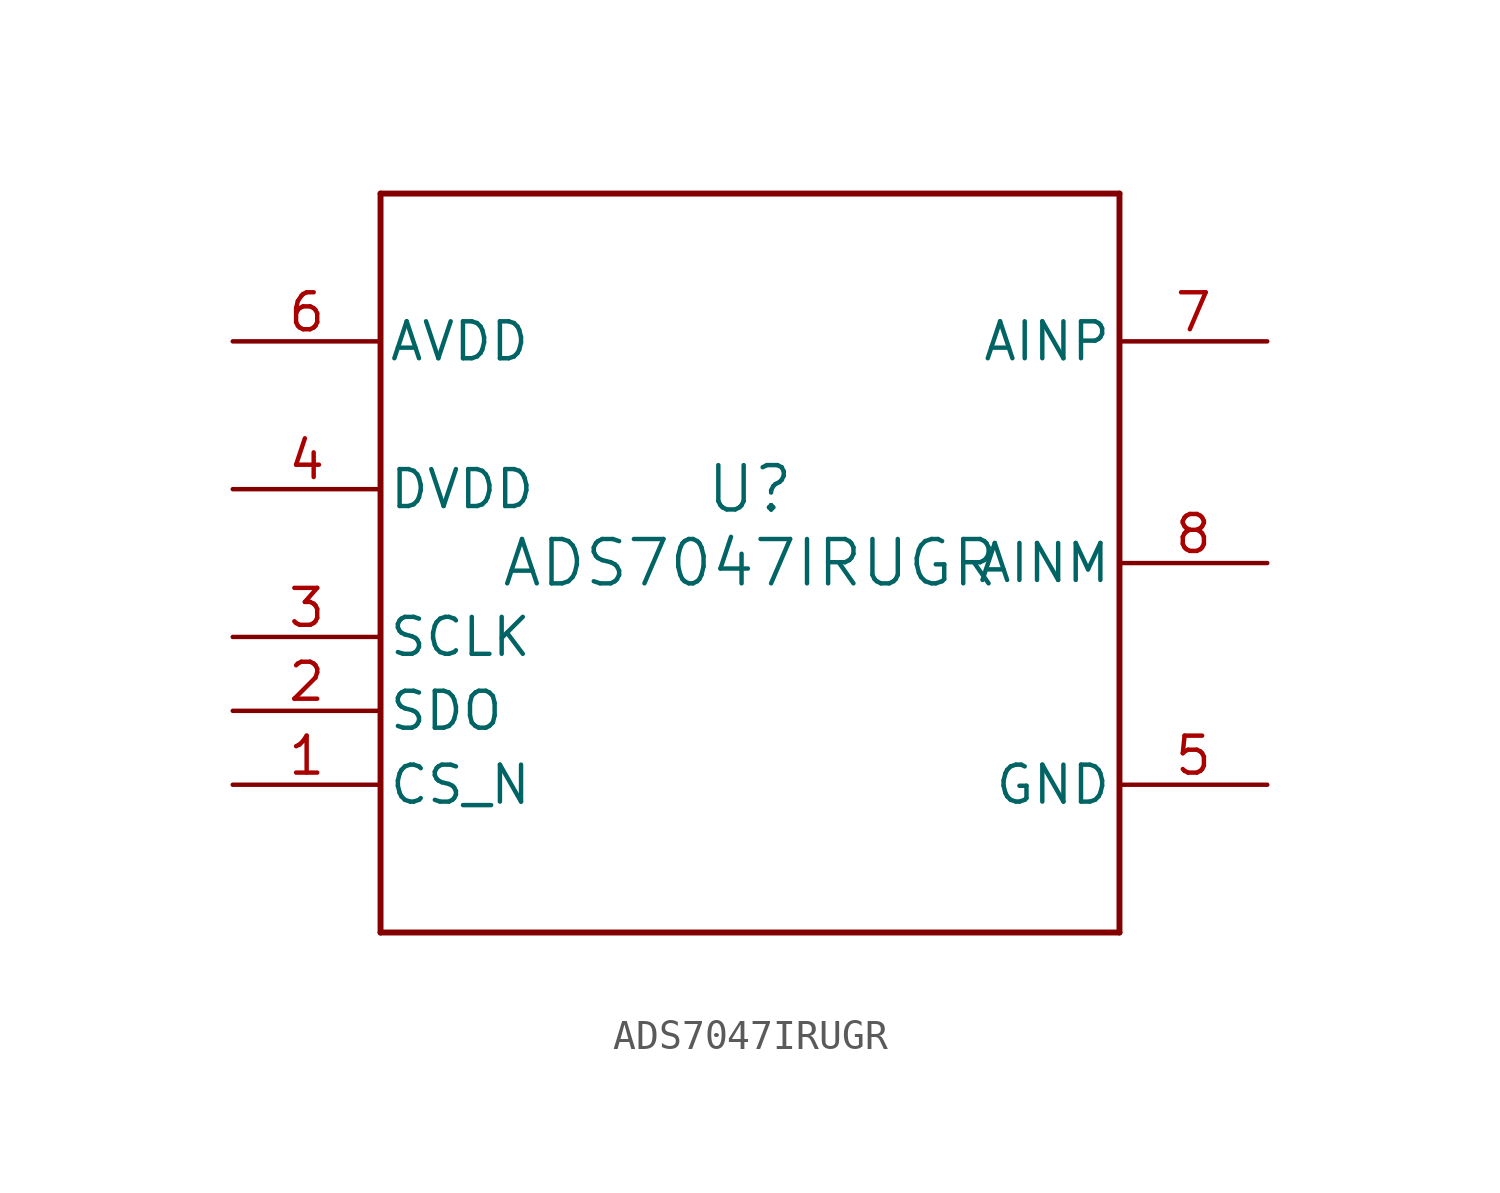
<source format=kicad_sym>
(kicad_symbol_lib
  (version 20211014)
  (generator kicad_symbol_editor)
  (symbol "ADS7047IRUGR"
    (pin_names
      (offset 0.254))
    (property "Reference" "U"
      (at 0 2.54 0)
      (effects (font (size 1.524 1.524))))
    (property "Value" "ADS7047IRUGR"
      (at 0 0 0)
      (effects (font (size 1.524 1.524))))
    (symbol "ADS7047IRUGR_0_1"
      (polyline (pts (xy -12.7 -12.7) (xy 12.7 -12.7)) (stroke (width 0.203) (type default) (color 0 0 0 0)) (fill (type none)))
      (polyline (pts (xy 12.7 -12.7) (xy 12.7 12.7)) (stroke (width 0.203) (type default) (color 0 0 0 0)) (fill (type none)))
      (polyline (pts (xy 12.7 12.7) (xy -12.7 12.7)) (stroke (width 0.203) (type default) (color 0 0 0 0)) (fill (type none)))
      (polyline (pts (xy -12.7 12.7) (xy -12.7 -12.7)) (stroke (width 0.203) (type default) (color 0 0 0 0)) (fill (type none)))
      (pin input line (at -17.78 -7.62 0) (length 5.08) (name "CS_N" (effects (font (size 1.27 1.27)))) (number "1" (effects (font (size 1.27 1.27)))))
      (pin output line (at -17.78 -5.08 0) (length 5.08) (name "SDO" (effects (font (size 1.27 1.27)))) (number "2" (effects (font (size 1.27 1.27)))))
      (pin input line (at -17.78 -2.54 0) (length 5.08) (name "SCLK" (effects (font (size 1.27 1.27)))) (number "3" (effects (font (size 1.27 1.27)))))
      (pin power_in line (at -17.78 2.54 0) (length 5.08) (name "DVDD" (effects (font (size 1.27 1.27)))) (number "4" (effects (font (size 1.27 1.27)))))
      (pin power_in line (at 17.78 -7.62 180) (length 5.08) (name "GND" (effects (font (size 1.27 1.27)))) (number "5" (effects (font (size 1.27 1.27)))))
      (pin power_in line (at -17.78 7.62 0) (length 5.08) (name "AVDD" (effects (font (size 1.27 1.27)))) (number "6" (effects (font (size 1.27 1.27)))))
      (pin input line (at 17.78 7.62 180) (length 5.08) (name "AINP" (effects (font (size 1.27 1.27)))) (number "7" (effects (font (size 1.27 1.27)))))
      (pin input line (at 17.78 0 180) (length 5.08) (name "AINM" (effects (font (size 1.27 1.27)))) (number "8" (effects (font (size 1.27 1.27))))))))
</source>
